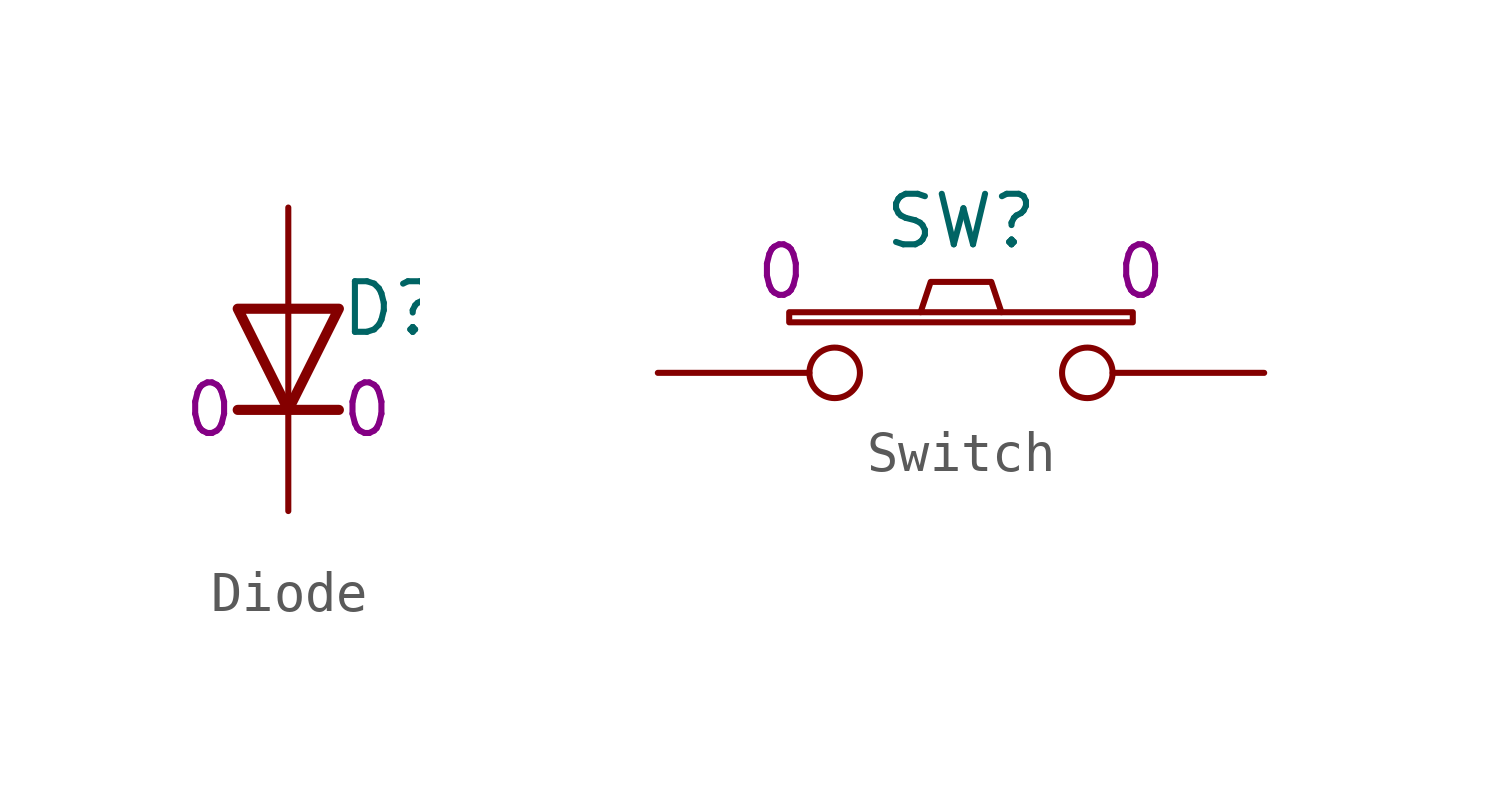
<source format=kicad_sym>
(kicad_symbol_lib
  (version 20231120)
  (generator "kicad_symbol_editor")
  (generator_version "8.0")
  (symbol "Diode"
    (pin_numbers hide)
    (pin_names
      (offset 1.016) hide)
    (property "Reference" "D"
      (at 1.27 1.27 0)
      (do_not_autoplace)
      (effects (font (size 1.27 1.27)) (justify left)))
    (property "row" "0"
      (at -1.27 -1.27 0)
      (do_not_autoplace)
      (effects (font (size 1.27 1.27)) (justify right)))
    (property "col" "0"
      (at 1.27 -1.27 0)
      (do_not_autoplace)
      (effects (font (size 1.27 1.27)) (justify left)))
    (symbol "Diode_0_1"
      (polyline (pts (xy -1.27 -1.27) (xy 1.27 -1.27)) (stroke (width 0.254) (type default)) (fill (type none)))
      (polyline (pts (xy 0 1.27) (xy 0 -1.27)) (stroke (width 0) (type default)) (fill (type none)))
      (polyline (pts (xy -1.27 1.27) (xy 1.27 1.27) (xy 0 -1.27) (xy -1.27 1.27)) (stroke (width 0.254) (type default)) (fill (type none))))
    (symbol "Diode_1_1"
      (pin passive line (at 0 -3.81 90) (length 2.54) (name "K" (effects (font (size 1.27 1.27)))) (number "1" (effects (font (size 1.27 1.27)))))
      (pin passive line (at 0 3.81 270) (length 2.54) (name "A" (effects (font (size 1.27 1.27)))) (number "2" (effects (font (size 1.27 1.27)))))))
  (symbol "Switch"
    (pin_numbers hide)
    (pin_names
      (offset 1.016) hide)
    (property "Reference" "SW"
      (at 0 3.81 0)
      (do_not_autoplace)
      (effects (font (size 1.27 1.27))))
    (property "row" "0"
      (at -3.81 2.54 0)
      (do_not_autoplace)
      (effects (font (size 1.27 1.27)) (justify right)))
    (property "col" "0"
      (at 3.81 2.54 0)
      (do_not_autoplace)
      (effects (font (size 1.27 1.27)) (justify left)))
    (symbol "Switch_0_1"
      (rectangle (start -4.318 1.524) (end 4.318 1.27) (stroke (width 0) (type default)) (fill (type none)))
      (polyline (pts (xy -1.016 1.524) (xy -0.762 2.286) (xy 0.762 2.286) (xy 1.016 1.524)) (stroke (width 0) (type default)) (fill (type none)))
      (pin passive inverted (at -7.62 0 0) (length 5.08) (name "1" (effects (font (size 1.27 1.27)))) (number "1" (effects (font (size 1.27 1.27)))))
      (pin passive inverted (at 7.62 0 180) (length 5.08) (name "2" (effects (font (size 1.27 1.27)))) (number "2" (effects (font (size 1.27 1.27))))))))
</source>
